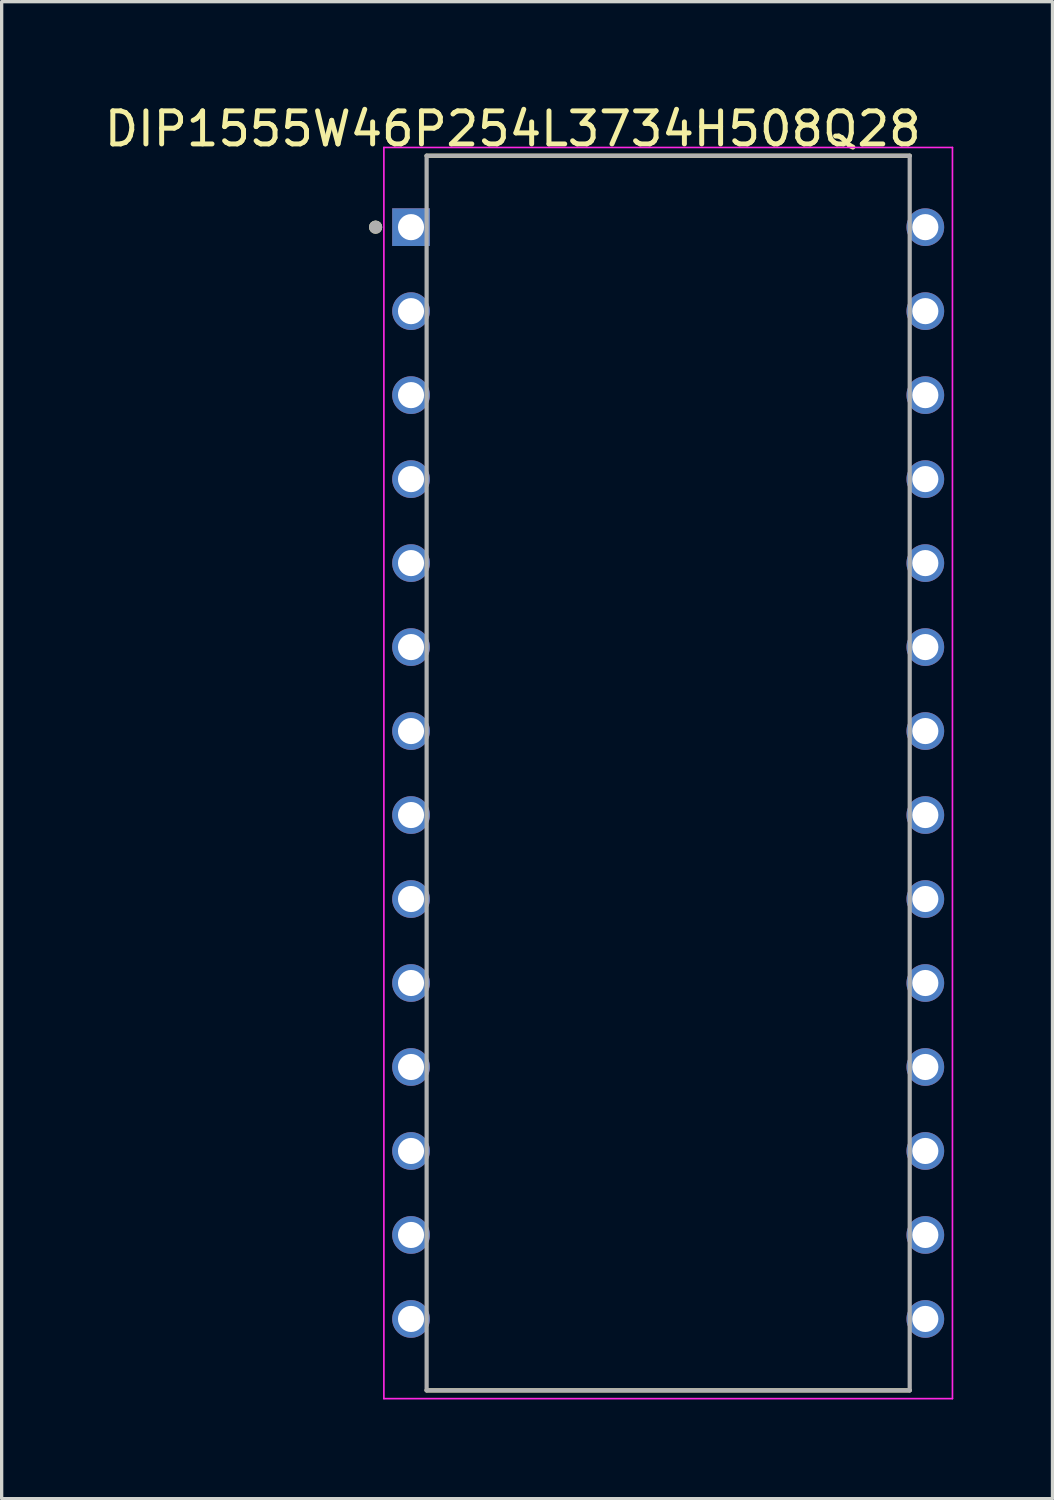
<source format=kicad_pcb>
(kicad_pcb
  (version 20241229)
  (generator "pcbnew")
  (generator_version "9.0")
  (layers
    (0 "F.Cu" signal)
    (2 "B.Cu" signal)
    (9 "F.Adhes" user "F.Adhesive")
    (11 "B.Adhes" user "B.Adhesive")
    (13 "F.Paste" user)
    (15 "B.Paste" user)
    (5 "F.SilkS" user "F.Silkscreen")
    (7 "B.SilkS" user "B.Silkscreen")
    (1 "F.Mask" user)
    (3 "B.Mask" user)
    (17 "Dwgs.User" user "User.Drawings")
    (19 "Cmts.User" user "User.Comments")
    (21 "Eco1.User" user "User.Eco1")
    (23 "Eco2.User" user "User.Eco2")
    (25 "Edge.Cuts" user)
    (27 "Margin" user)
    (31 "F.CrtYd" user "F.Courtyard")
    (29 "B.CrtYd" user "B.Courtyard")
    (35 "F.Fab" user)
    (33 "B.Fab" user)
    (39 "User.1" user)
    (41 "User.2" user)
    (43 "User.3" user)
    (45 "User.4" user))
  (footprint "DIP1555W46P254L3734H508Q28"
    (layer "F.Cu")
    (at 17.158 20.33)
    (property "Reference" "DIP1555W46P254L3734H508Q28" (at -4.7 -19.482 0) (layer "F.SilkS") (effects (font (size 1 1) (thickness 0.15))))
    (attr through_hole)
    (fp_line (start -7.305 -18.67) (end 7.305 -18.67) (stroke (width 0.127) (type solid)) (layer "F.SilkS"))
    (fp_line (start -7.305 18.67) (end 7.305 18.67) (stroke (width 0.127) (type solid)) (layer "F.SilkS"))
    (fp_circle (center -8.848 -16.51) (end -8.748 -16.51) (stroke (width 0.2) (type solid)) (fill no) (layer "F.SilkS"))
    (fp_line (start -8.598 -18.92) (end -8.598 18.92) (stroke (width 0.05) (type solid)) (layer "F.CrtYd"))
    (fp_line (start 8.598 -18.92) (end -8.598 -18.92) (stroke (width 0.05) (type solid)) (layer "F.CrtYd"))
    (fp_line (start 8.598 -18.92) (end 8.598 18.92) (stroke (width 0.05) (type solid)) (layer "F.CrtYd"))
    (fp_line (start 8.598 18.92) (end -8.598 18.92) (stroke (width 0.05) (type solid)) (layer "F.CrtYd"))
    (fp_line (start -7.305 -18.67) (end -7.305 18.67) (stroke (width 0.127) (type solid)) (layer "F.Fab"))
    (fp_line (start -7.305 -18.67) (end 7.305 -18.67) (stroke (width 0.127) (type solid)) (layer "F.Fab"))
    (fp_line (start -7.305 18.67) (end 7.305 18.67) (stroke (width 0.127) (type solid)) (layer "F.Fab"))
    (fp_line (start 7.305 -18.67) (end 7.305 18.67) (stroke (width 0.127) (type solid)) (layer "F.Fab"))
    (fp_circle (center -8.848 -16.51) (end -8.748 -16.51) (stroke (width 0.2) (type solid)) (fill no) (layer "F.Fab"))
    (pad "1" thru_hole rect (at -7.777 -16.51) (size 1.14 1.14) (drill 0.79) (layers "*.Cu" "*.Mask"))
    (pad "2" thru_hole circle (at -7.777 -13.97) (size 1.14 1.14) (drill 0.79) (layers "*.Cu" "*.Mask"))
    (pad "3" thru_hole circle (at -7.777 -11.43) (size 1.14 1.14) (drill 0.79) (layers "*.Cu" "*.Mask"))
    (pad "4" thru_hole circle (at -7.777 -8.89) (size 1.14 1.14) (drill 0.79) (layers "*.Cu" "*.Mask"))
    (pad "5" thru_hole circle (at -7.777 -6.35) (size 1.14 1.14) (drill 0.79) (layers "*.Cu" "*.Mask"))
    (pad "6" thru_hole circle (at -7.777 -3.81) (size 1.14 1.14) (drill 0.79) (layers "*.Cu" "*.Mask"))
    (pad "7" thru_hole circle (at -7.777 -1.27) (size 1.14 1.14) (drill 0.79) (layers "*.Cu" "*.Mask"))
    (pad "8" thru_hole circle (at -7.777 1.27) (size 1.14 1.14) (drill 0.79) (layers "*.Cu" "*.Mask"))
    (pad "9" thru_hole circle (at -7.777 3.81) (size 1.14 1.14) (drill 0.79) (layers "*.Cu" "*.Mask"))
    (pad "10" thru_hole circle (at -7.777 6.35) (size 1.14 1.14) (drill 0.79) (layers "*.Cu" "*.Mask"))
    (pad "11" thru_hole circle (at -7.777 8.89) (size 1.14 1.14) (drill 0.79) (layers "*.Cu" "*.Mask"))
    (pad "12" thru_hole circle (at -7.777 11.43) (size 1.14 1.14) (drill 0.79) (layers "*.Cu" "*.Mask"))
    (pad "13" thru_hole circle (at -7.777 13.97) (size 1.14 1.14) (drill 0.79) (layers "*.Cu" "*.Mask"))
    (pad "14" thru_hole circle (at -7.777 16.51) (size 1.14 1.14) (drill 0.79) (layers "*.Cu" "*.Mask"))
    (pad "15" thru_hole circle (at 7.777 16.51) (size 1.14 1.14) (drill 0.79) (layers "*.Cu" "*.Mask"))
    (pad "16" thru_hole circle (at 7.777 13.97) (size 1.14 1.14) (drill 0.79) (layers "*.Cu" "*.Mask"))
    (pad "17" thru_hole circle (at 7.777 11.43) (size 1.14 1.14) (drill 0.79) (layers "*.Cu" "*.Mask"))
    (pad "18" thru_hole circle (at 7.777 8.89) (size 1.14 1.14) (drill 0.79) (layers "*.Cu" "*.Mask"))
    (pad "19" thru_hole circle (at 7.777 6.35) (size 1.14 1.14) (drill 0.79) (layers "*.Cu" "*.Mask"))
    (pad "20" thru_hole circle (at 7.777 3.81) (size 1.14 1.14) (drill 0.79) (layers "*.Cu" "*.Mask"))
    (pad "21" thru_hole circle (at 7.777 1.27) (size 1.14 1.14) (drill 0.79) (layers "*.Cu" "*.Mask"))
    (pad "22" thru_hole circle (at 7.777 -1.27) (size 1.14 1.14) (drill 0.79) (layers "*.Cu" "*.Mask"))
    (pad "23" thru_hole circle (at 7.777 -3.81) (size 1.14 1.14) (drill 0.79) (layers "*.Cu" "*.Mask"))
    (pad "24" thru_hole circle (at 7.777 -6.35) (size 1.14 1.14) (drill 0.79) (layers "*.Cu" "*.Mask"))
    (pad "25" thru_hole circle (at 7.777 -8.89) (size 1.14 1.14) (drill 0.79) (layers "*.Cu" "*.Mask"))
    (pad "26" thru_hole circle (at 7.777 -11.43) (size 1.14 1.14) (drill 0.79) (layers "*.Cu" "*.Mask"))
    (pad "27" thru_hole circle (at 7.777 -13.97) (size 1.14 1.14) (drill 0.79) (layers "*.Cu" "*.Mask"))
    (pad "28" thru_hole circle (at 7.777 -16.51) (size 1.14 1.14) (drill 0.79) (layers "*.Cu" "*.Mask")))
  (gr_rect
    (start -3 -3)
    (end 28.781 42.275)
    (stroke (width 0.1) (type default))
    (fill no)
    (layer "Edge.Cuts")))
</source>
